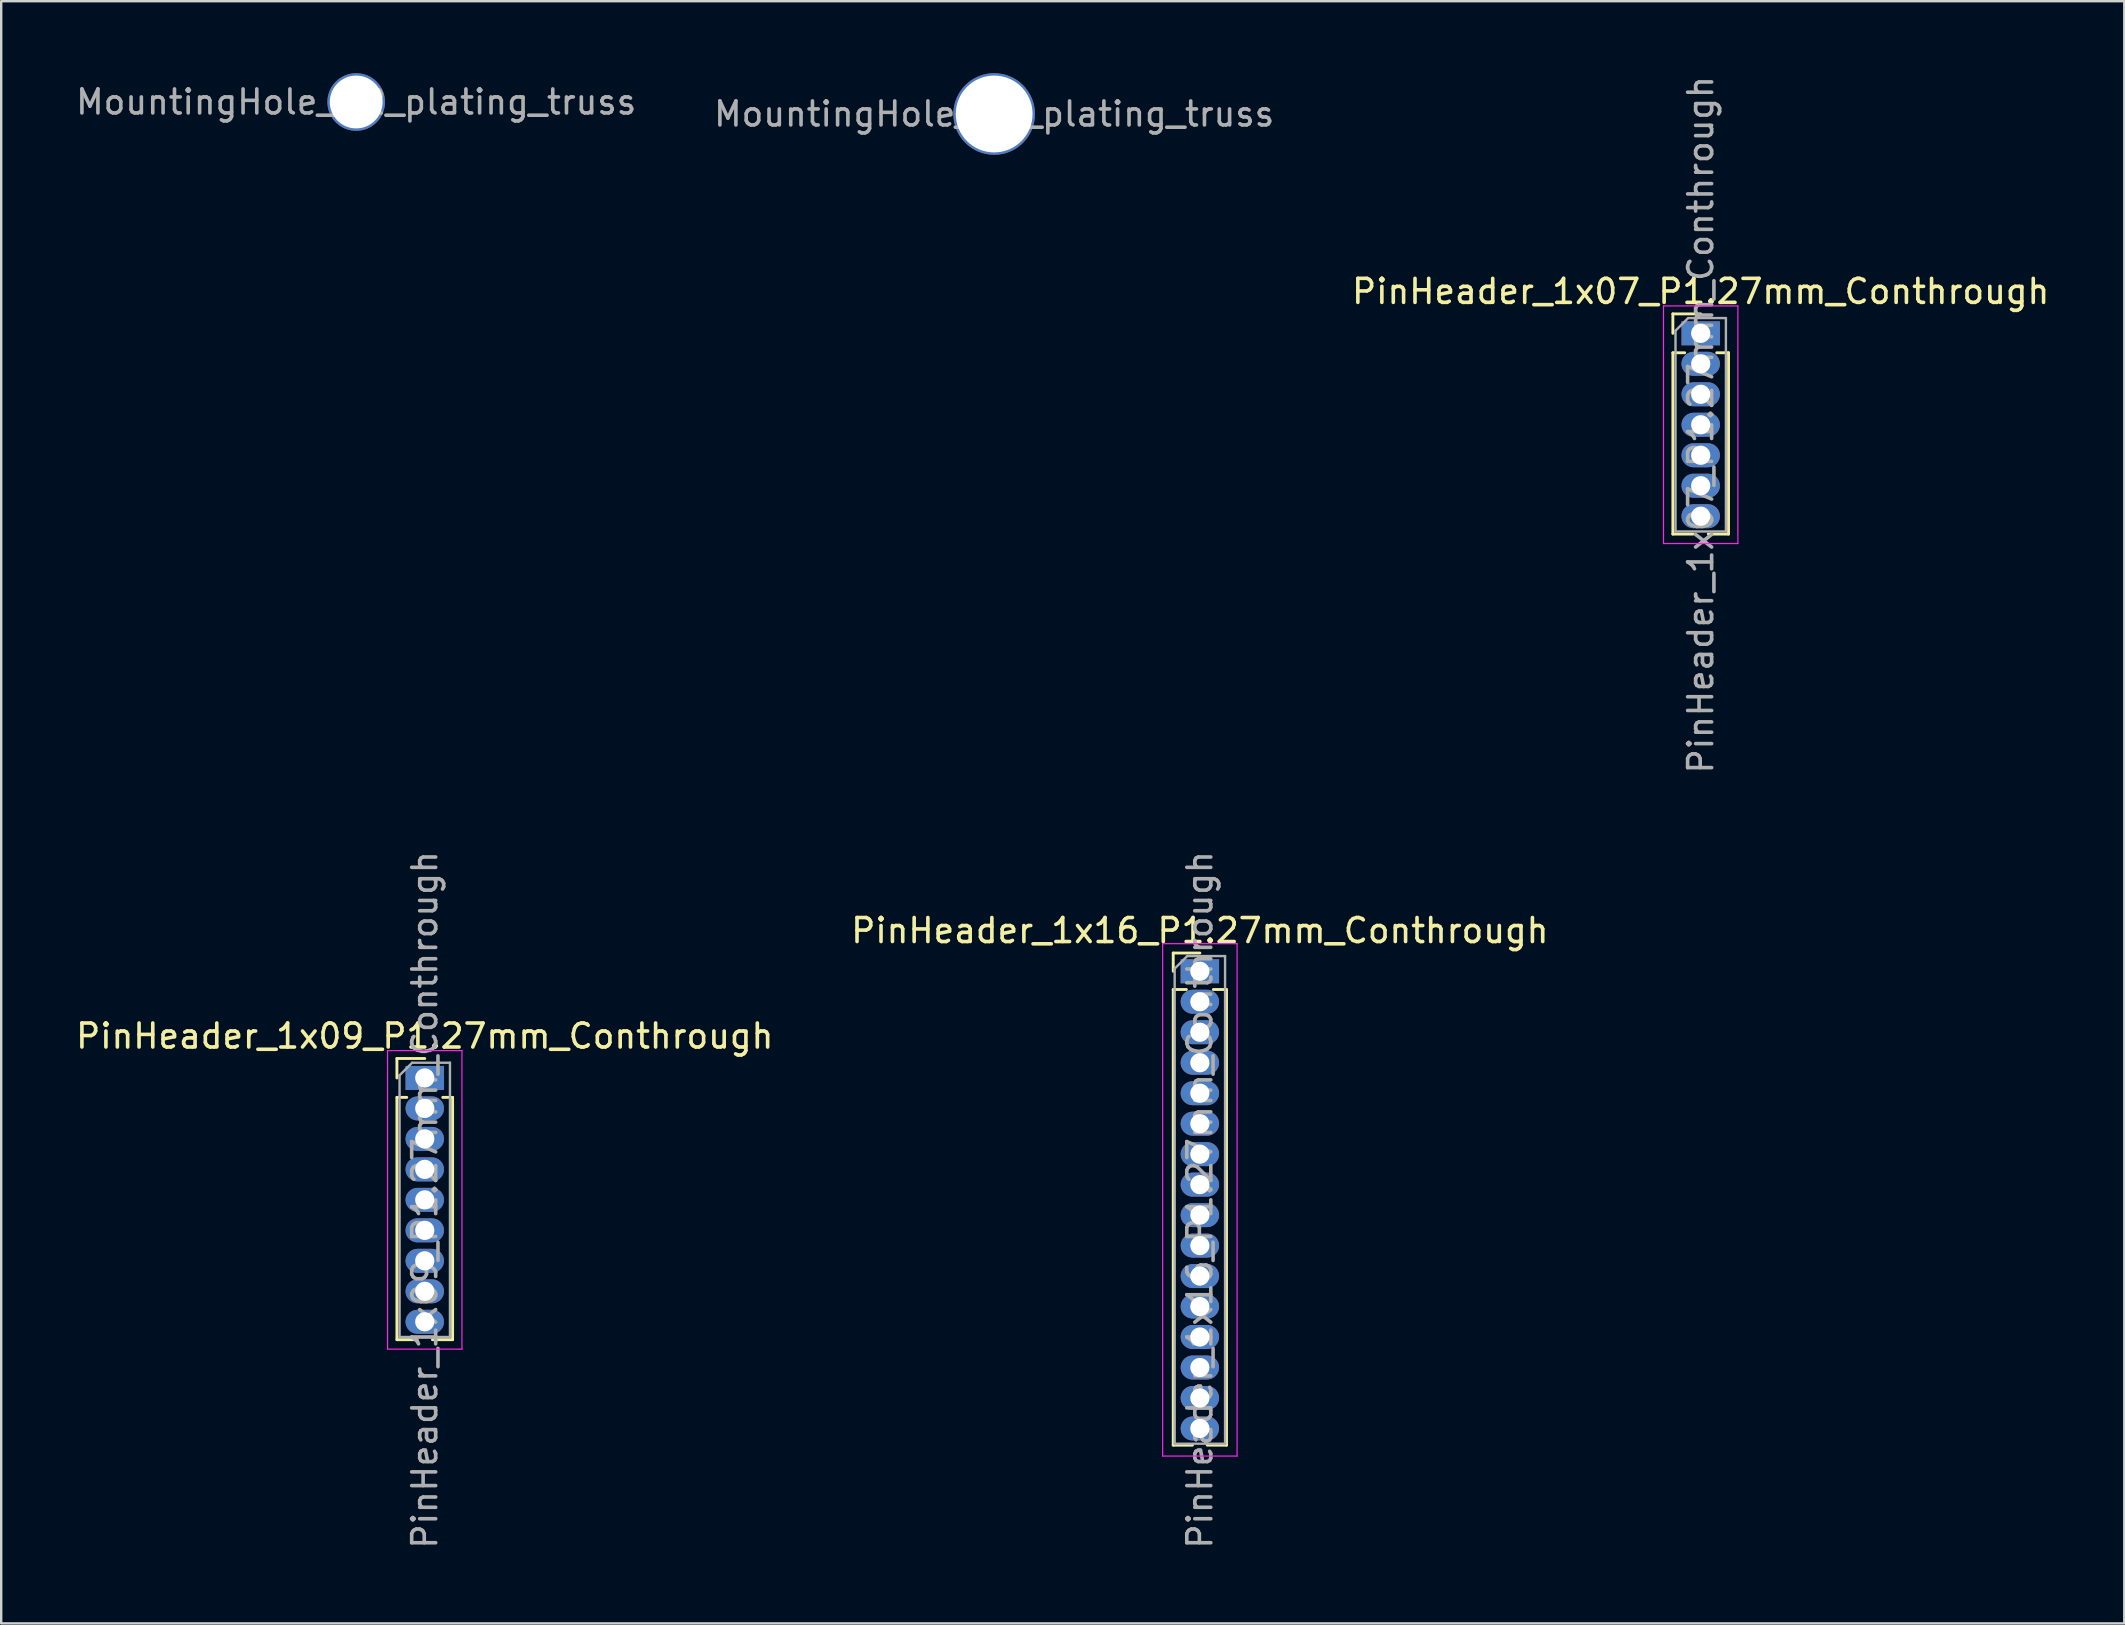
<source format=kicad_pcb>
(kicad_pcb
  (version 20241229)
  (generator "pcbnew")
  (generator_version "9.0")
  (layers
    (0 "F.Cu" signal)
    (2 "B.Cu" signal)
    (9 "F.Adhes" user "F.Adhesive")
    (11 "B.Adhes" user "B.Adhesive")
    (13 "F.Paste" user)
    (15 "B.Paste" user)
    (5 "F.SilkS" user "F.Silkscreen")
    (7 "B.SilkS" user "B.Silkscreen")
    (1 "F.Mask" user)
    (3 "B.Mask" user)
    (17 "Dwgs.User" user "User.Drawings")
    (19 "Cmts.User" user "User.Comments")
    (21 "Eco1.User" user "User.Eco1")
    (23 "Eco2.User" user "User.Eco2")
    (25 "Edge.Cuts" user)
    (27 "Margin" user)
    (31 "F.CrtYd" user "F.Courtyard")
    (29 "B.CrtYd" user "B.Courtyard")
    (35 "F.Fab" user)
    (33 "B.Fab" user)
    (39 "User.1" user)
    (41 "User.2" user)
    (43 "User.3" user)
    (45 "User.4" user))
  (footprint "MountingHole_M3_plating_truss"
    (layer "F.Cu")
    (at 38.375 1.7)
    (property "Reference" "MountingHole_M3_plating_truss" (at 0 0 0) (layer "F.Fab") (effects (font (size 1 1) (thickness 0.15))))
    (attr through_hole)
    (pad "1" thru_hole circle (at 0 0) (size 3.4 3.4) (drill 3.2) (layers "*.Cu" "*.Mask")))
  (footprint "MountingHole_M2_plating_truss"
    (layer "F.Cu")
    (at 11.792 1.2)
    (property "Reference" "MountingHole_M2_plating_truss" (at 0 0 0) (layer "F.Fab") (effects (font (size 1 1) (thickness 0.15))))
    (attr through_hole)
    (pad "1" thru_hole circle (at 0 0) (size 2.4 2.4) (drill 2.2) (layers "*.Cu" "*.Mask")))
  (footprint "PinHeader_1x07_P1.27mm_Conthrough"
    (layer "F.Cu")
    (at 67.815 10.839)
    (property "Reference" "PinHeader_1x07_P1.27mm_Conthrough" (at 0 -1.745 0) (layer "F.SilkS") (effects (font (size 1 1) (thickness 0.15))))
    (attr through_hole)
    (fp_line (start -1.16 -0.81) (end 0 -0.81) (stroke (width 0.12) (type solid)) (layer "F.SilkS"))
    (fp_line (start -1.16 0) (end -1.16 -0.81) (stroke (width 0.12) (type solid)) (layer "F.SilkS"))
    (fp_line (start -1.16 0.81) (end -1.16 8.365) (stroke (width 0.12) (type solid)) (layer "F.SilkS"))
    (fp_line (start -1.16 0.81) (end -0.667 0.81) (stroke (width 0.12) (type solid)) (layer "F.SilkS"))
    (fp_line (start -1.16 8.365) (end -0.318 8.365) (stroke (width 0.12) (type solid)) (layer "F.SilkS"))
    (fp_line (start 0.318 8.365) (end 1.16 8.365) (stroke (width 0.12) (type solid)) (layer "F.SilkS"))
    (fp_line (start 0.667 0.81) (end 1.16 0.81) (stroke (width 0.12) (type solid)) (layer "F.SilkS"))
    (fp_line (start 1.16 0.81) (end 1.16 8.365) (stroke (width 0.12) (type solid)) (layer "F.SilkS"))
    (fp_line (start -1.55 -1.14) (end -1.55 8.76) (stroke (width 0.05) (type solid)) (layer "F.CrtYd"))
    (fp_line (start -1.55 8.76) (end 1.55 8.76) (stroke (width 0.05) (type solid)) (layer "F.CrtYd"))
    (fp_line (start 1.55 -1.14) (end -1.55 -1.14) (stroke (width 0.05) (type solid)) (layer "F.CrtYd"))
    (fp_line (start 1.55 8.76) (end 1.55 -1.14) (stroke (width 0.05) (type solid)) (layer "F.CrtYd"))
    (fp_line (start -1.05 -0.11) (end -0.525 -0.635) (stroke (width 0.1) (type solid)) (layer "F.Fab"))
    (fp_line (start -1.05 8.255) (end -1.05 -0.11) (stroke (width 0.1) (type solid)) (layer "F.Fab"))
    (fp_line (start -0.525 -0.635) (end 1.05 -0.635) (stroke (width 0.1) (type solid)) (layer "F.Fab"))
    (fp_line (start 1.05 -0.635) (end 1.05 8.255) (stroke (width 0.1) (type solid)) (layer "F.Fab"))
    (fp_line (start 1.05 8.255) (end -1.05 8.255) (stroke (width 0.1) (type solid)) (layer "F.Fab"))
    (fp_text user "${REFERENCE}" (at 0 3.81 90) (layer "F.Fab") (effects (font (size 1 1) (thickness 0.15))))
    (pad "1" thru_hole rect (at 0 0) (size 1.6 1) (drill 0.8) (layers "*.Cu" "*.Mask"))
    (pad "2" thru_hole oval (at 0 1.27) (size 1.6 1) (drill 0.8) (layers "*.Cu" "*.Mask"))
    (pad "3" thru_hole oval (at 0 2.54) (size 1.6 1) (drill 0.8) (layers "*.Cu" "*.Mask"))
    (pad "4" thru_hole oval (at 0 3.81) (size 1.6 1) (drill 0.8) (layers "*.Cu" "*.Mask"))
    (pad "5" thru_hole oval (at 0 5.08) (size 1.6 1) (drill 0.8) (layers "*.Cu" "*.Mask"))
    (pad "6" thru_hole oval (at 0 6.35) (size 1.6 1) (drill 0.8) (layers "*.Cu" "*.Mask"))
    (pad "7" thru_hole oval (at 0 7.62) (size 1.6 1) (drill 0.8) (layers "*.Cu" "*.Mask")))
  (footprint "PinHeader_1x09_P1.27mm_Conthrough"
    (layer "F.Cu")
    (at 14.649 41.866)
    (property "Reference" "PinHeader_1x09_P1.27mm_Conthrough" (at 0 -1.745 0) (layer "F.SilkS") (effects (font (size 1 1) (thickness 0.15))))
    (attr through_hole)
    (fp_line (start -1.16 -0.81) (end 0 -0.81) (stroke (width 0.12) (type solid)) (layer "F.SilkS"))
    (fp_line (start -1.16 0) (end -1.16 -0.81) (stroke (width 0.12) (type solid)) (layer "F.SilkS"))
    (fp_line (start -1.16 0.81) (end -1.16 10.905) (stroke (width 0.12) (type solid)) (layer "F.SilkS"))
    (fp_line (start -1.16 0.81) (end -0.75 0.81) (stroke (width 0.12) (type solid)) (layer "F.SilkS"))
    (fp_line (start -1.16 10.905) (end -0.318 10.905) (stroke (width 0.12) (type solid)) (layer "F.SilkS"))
    (fp_line (start 0.318 10.905) (end 1.16 10.905) (stroke (width 0.12) (type solid)) (layer "F.SilkS"))
    (fp_line (start 0.75 0.81) (end 1.16 0.81) (stroke (width 0.12) (type solid)) (layer "F.SilkS"))
    (fp_line (start 1.16 0.81) (end 1.16 10.905) (stroke (width 0.12) (type solid)) (layer "F.SilkS"))
    (fp_line (start -1.55 -1.14) (end -1.55 11.3) (stroke (width 0.05) (type solid)) (layer "F.CrtYd"))
    (fp_line (start -1.55 11.3) (end 1.55 11.3) (stroke (width 0.05) (type solid)) (layer "F.CrtYd"))
    (fp_line (start 1.55 -1.14) (end -1.55 -1.14) (stroke (width 0.05) (type solid)) (layer "F.CrtYd"))
    (fp_line (start 1.55 11.3) (end 1.55 -1.14) (stroke (width 0.05) (type solid)) (layer "F.CrtYd"))
    (fp_line (start -1.05 -0.11) (end -0.525 -0.635) (stroke (width 0.1) (type solid)) (layer "F.Fab"))
    (fp_line (start -1.05 10.795) (end -1.05 -0.11) (stroke (width 0.1) (type solid)) (layer "F.Fab"))
    (fp_line (start -0.525 -0.635) (end 1.05 -0.635) (stroke (width 0.1) (type solid)) (layer "F.Fab"))
    (fp_line (start 1.05 -0.635) (end 1.05 10.795) (stroke (width 0.1) (type solid)) (layer "F.Fab"))
    (fp_line (start 1.05 10.795) (end -1.05 10.795) (stroke (width 0.1) (type solid)) (layer "F.Fab"))
    (fp_text user "${REFERENCE}" (at 0 5.08 90) (layer "F.Fab") (effects (font (size 1 1) (thickness 0.15))))
    (pad "1" thru_hole rect (at 0 0) (size 1.6 1) (drill 0.8) (layers "*.Cu" "*.Mask"))
    (pad "2" thru_hole oval (at 0 1.27) (size 1.6 1) (drill 0.8) (layers "*.Cu" "*.Mask"))
    (pad "3" thru_hole oval (at 0 2.54) (size 1.6 1) (drill 0.8) (layers "*.Cu" "*.Mask"))
    (pad "4" thru_hole oval (at 0 3.81) (size 1.6 1) (drill 0.8) (layers "*.Cu" "*.Mask"))
    (pad "5" thru_hole oval (at 0 5.08) (size 1.6 1) (drill 0.8) (layers "*.Cu" "*.Mask"))
    (pad "6" thru_hole oval (at 0 6.35) (size 1.6 1) (drill 0.8) (layers "*.Cu" "*.Mask"))
    (pad "7" thru_hole oval (at 0 7.62) (size 1.6 1) (drill 0.8) (layers "*.Cu" "*.Mask"))
    (pad "8" thru_hole oval (at 0 8.89) (size 1.6 1) (drill 0.8) (layers "*.Cu" "*.Mask"))
    (pad "9" thru_hole oval (at 0 10.16) (size 1.6 1) (drill 0.8) (layers "*.Cu" "*.Mask")))
  (footprint "PinHeader_1x16_P1.27mm_Conthrough"
    (layer "F.Cu")
    (at 46.946 37.421)
    (property "Reference" "PinHeader_1x16_P1.27mm_Conthrough" (at 0 -1.695 0) (layer "F.SilkS") (effects (font (size 1 1) (thickness 0.15))))
    (attr through_hole)
    (fp_line (start -1.11 -0.76) (end 0 -0.76) (stroke (width 0.12) (type solid)) (layer "F.SilkS"))
    (fp_line (start -1.11 0) (end -1.11 -0.76) (stroke (width 0.12) (type solid)) (layer "F.SilkS"))
    (fp_line (start -1.11 0.76) (end -1.11 19.745) (stroke (width 0.12) (type solid)) (layer "F.SilkS"))
    (fp_line (start -1.11 0.76) (end -0.563 0.76) (stroke (width 0.12) (type solid)) (layer "F.SilkS"))
    (fp_line (start -1.11 19.745) (end -0.308 19.745) (stroke (width 0.12) (type solid)) (layer "F.SilkS"))
    (fp_line (start 0.308 19.745) (end 1.11 19.745) (stroke (width 0.12) (type solid)) (layer "F.SilkS"))
    (fp_line (start 0.563 0.76) (end 1.11 0.76) (stroke (width 0.12) (type solid)) (layer "F.SilkS"))
    (fp_line (start 1.11 0.76) (end 1.11 19.745) (stroke (width 0.12) (type solid)) (layer "F.SilkS"))
    (fp_line (start -1.55 -1.15) (end -1.55 20.2) (stroke (width 0.05) (type solid)) (layer "F.CrtYd"))
    (fp_line (start -1.55 20.2) (end 1.55 20.2) (stroke (width 0.05) (type solid)) (layer "F.CrtYd"))
    (fp_line (start 1.55 -1.15) (end -1.55 -1.15) (stroke (width 0.05) (type solid)) (layer "F.CrtYd"))
    (fp_line (start 1.55 20.2) (end 1.55 -1.15) (stroke (width 0.05) (type solid)) (layer "F.CrtYd"))
    (fp_line (start -1.05 -0.11) (end -0.525 -0.635) (stroke (width 0.1) (type solid)) (layer "F.Fab"))
    (fp_line (start -1.05 19.685) (end -1.05 -0.11) (stroke (width 0.1) (type solid)) (layer "F.Fab"))
    (fp_line (start -0.525 -0.635) (end 1.05 -0.635) (stroke (width 0.1) (type solid)) (layer "F.Fab"))
    (fp_line (start 1.05 -0.635) (end 1.05 19.685) (stroke (width 0.1) (type solid)) (layer "F.Fab"))
    (fp_line (start 1.05 19.685) (end -1.05 19.685) (stroke (width 0.1) (type solid)) (layer "F.Fab"))
    (fp_text user "${REFERENCE}" (at 0 9.525 90) (layer "F.Fab") (effects (font (size 1 1) (thickness 0.15))))
    (pad "1" thru_hole rect (at 0 0) (size 1.6 1) (drill 0.8) (layers "*.Cu" "*.Mask"))
    (pad "2" thru_hole oval (at 0 1.27) (size 1.6 1) (drill 0.8) (layers "*.Cu" "*.Mask"))
    (pad "3" thru_hole oval (at 0 2.54) (size 1.6 1) (drill 0.8) (layers "*.Cu" "*.Mask"))
    (pad "4" thru_hole oval (at 0 3.81) (size 1.6 1) (drill 0.8) (layers "*.Cu" "*.Mask"))
    (pad "5" thru_hole oval (at 0 5.08) (size 1.6 1) (drill 0.8) (layers "*.Cu" "*.Mask"))
    (pad "6" thru_hole oval (at 0 6.35) (size 1.6 1) (drill 0.8) (layers "*.Cu" "*.Mask"))
    (pad "7" thru_hole oval (at 0 7.62) (size 1.6 1) (drill 0.8) (layers "*.Cu" "*.Mask"))
    (pad "8" thru_hole oval (at 0 8.89) (size 1.6 1) (drill 0.8) (layers "*.Cu" "*.Mask"))
    (pad "9" thru_hole oval (at 0 10.16) (size 1.6 1) (drill 0.8) (layers "*.Cu" "*.Mask"))
    (pad "10" thru_hole oval (at 0 11.43) (size 1.6 1) (drill 0.8) (layers "*.Cu" "*.Mask"))
    (pad "11" thru_hole oval (at 0 12.7) (size 1.6 1) (drill 0.8) (layers "*.Cu" "*.Mask"))
    (pad "12" thru_hole oval (at 0 13.97) (size 1.6 1) (drill 0.8) (layers "*.Cu" "*.Mask"))
    (pad "13" thru_hole oval (at 0 15.24) (size 1.6 1) (drill 0.8) (layers "*.Cu" "*.Mask"))
    (pad "14" thru_hole oval (at 0 16.51) (size 1.6 1) (drill 0.8) (layers "*.Cu" "*.Mask"))
    (pad "15" thru_hole oval (at 0 17.78) (size 1.6 1) (drill 0.8) (layers "*.Cu" "*.Mask"))
    (pad "16" thru_hole oval (at 0 19.05) (size 1.6 1) (drill 0.8) (layers "*.Cu" "*.Mask")))
  (gr_rect
    (start -3 -3)
    (end 85.464 64.595)
    (stroke (width 0.1) (type default))
    (fill no)
    (layer "Edge.Cuts")))
</source>
